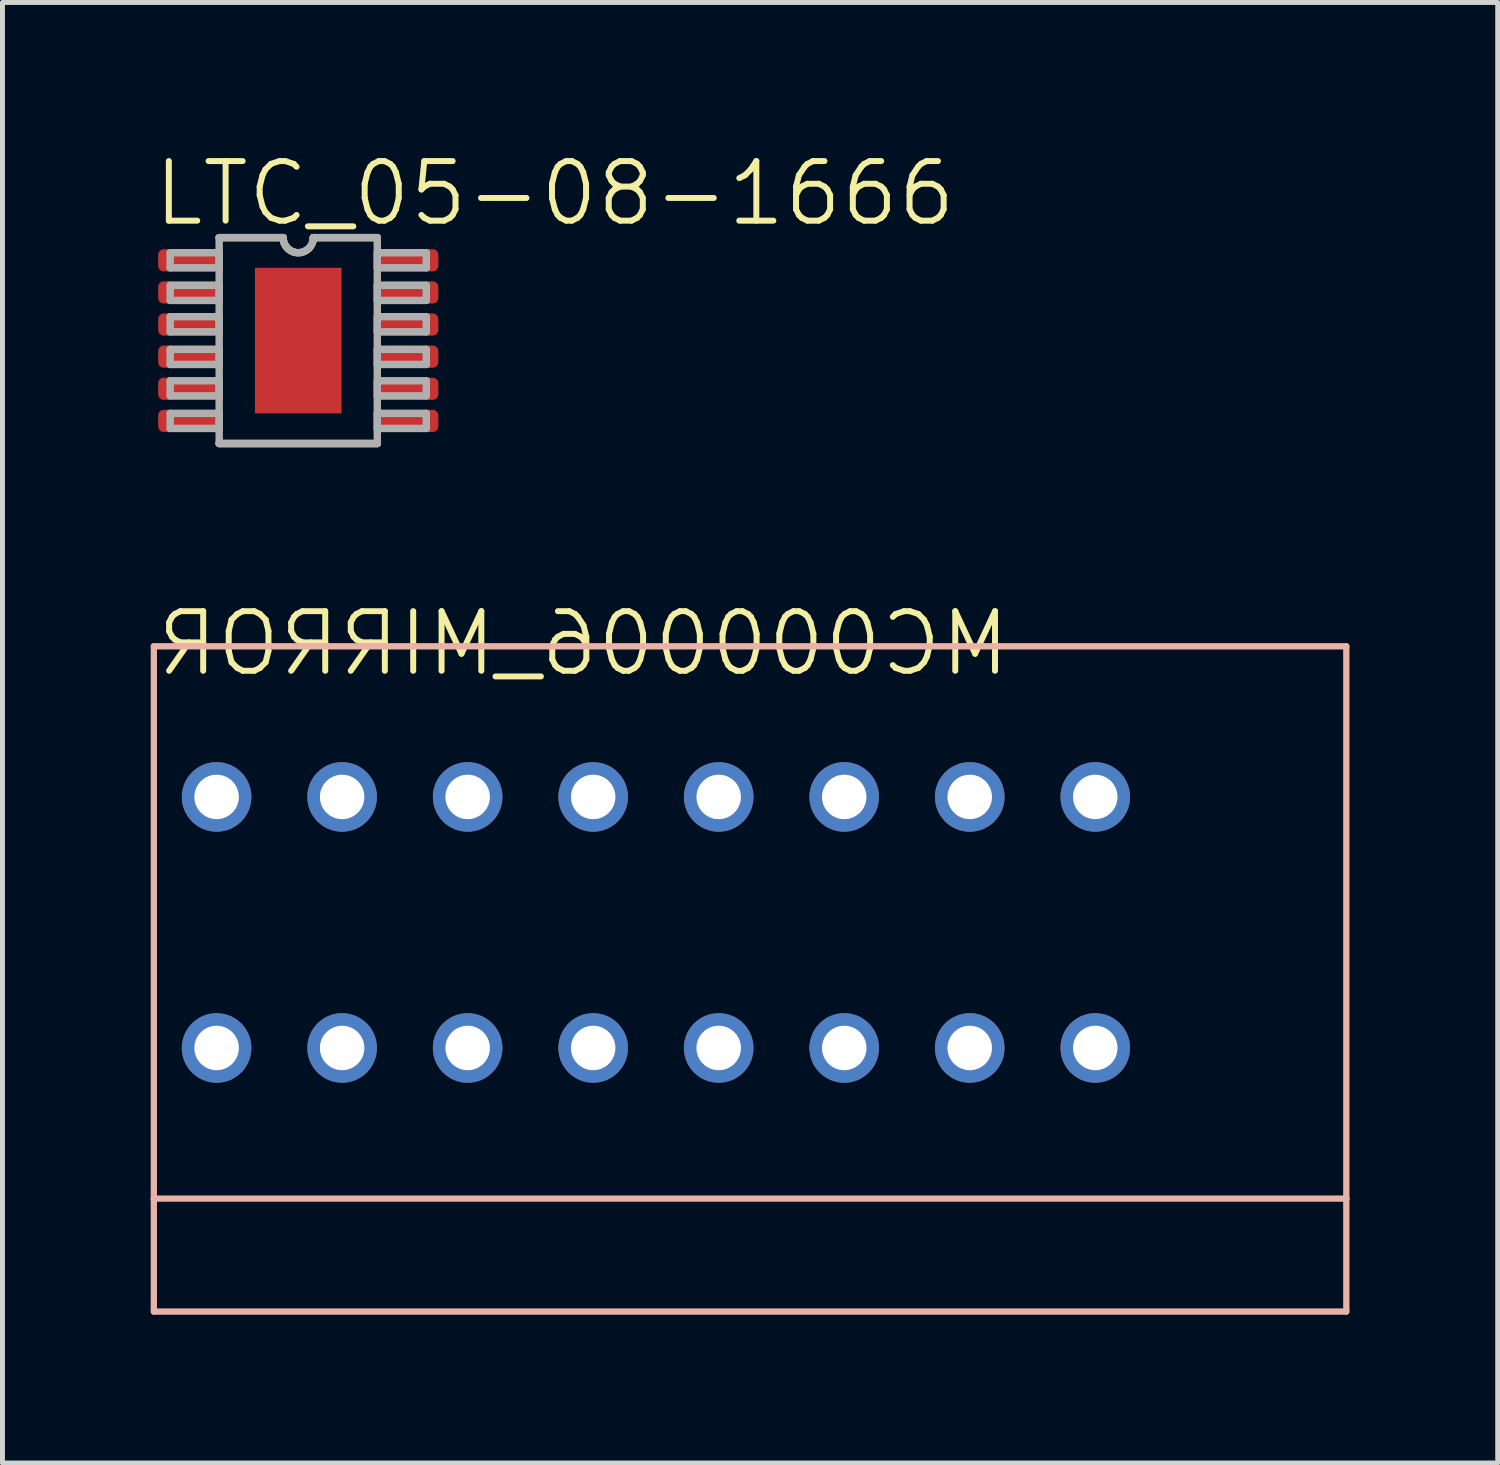
<source format=kicad_pcb>
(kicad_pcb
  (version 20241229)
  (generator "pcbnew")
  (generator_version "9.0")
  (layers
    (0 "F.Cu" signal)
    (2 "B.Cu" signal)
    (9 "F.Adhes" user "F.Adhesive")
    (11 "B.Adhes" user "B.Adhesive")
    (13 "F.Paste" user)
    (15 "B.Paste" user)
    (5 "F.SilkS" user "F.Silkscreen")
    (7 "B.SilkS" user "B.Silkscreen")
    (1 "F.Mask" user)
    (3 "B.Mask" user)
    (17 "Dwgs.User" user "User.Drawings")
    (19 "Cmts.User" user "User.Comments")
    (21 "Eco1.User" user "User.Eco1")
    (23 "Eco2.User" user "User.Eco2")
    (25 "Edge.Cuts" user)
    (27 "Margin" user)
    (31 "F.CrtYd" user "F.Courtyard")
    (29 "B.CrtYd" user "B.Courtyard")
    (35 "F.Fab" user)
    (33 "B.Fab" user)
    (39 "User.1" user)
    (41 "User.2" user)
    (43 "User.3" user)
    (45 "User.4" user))
  (footprint "LTC_05-08-1666"
    (layer "F.Cu")
    (at 2.985 3.842)
    (property "Reference" "LTC_05-08-1666" (at -2.985 -2.273 180) (layer "F.SilkS") (effects (font (size 1.206 1.206) (thickness 0.121)) (justify left bottom)))
    (attr through_hole)
    (fp_line (start -1.6 2.083) (end 1.6 2.083) (stroke (width 0.15) (type solid)) (layer "F.SilkS"))
    (fp_line (start -0.305 -2.083) (end -1.6 -2.083) (stroke (width 0.15) (type solid)) (layer "F.SilkS"))
    (fp_line (start 1.6 -2.083) (end 0.305 -2.083) (stroke (width 0.15) (type solid)) (layer "F.SilkS"))
    (fp_arc (start 0.3048 -2.0828) (mid 0 -1.778) (end -0.3048 -2.0828) (stroke (width 0.15) (type solid)) (layer "F.SilkS"))
    (fp_line (start -2.591 -1.778) (end -2.591 -1.473) (stroke (width 0.15) (type solid)) (layer "F.Fab"))
    (fp_line (start -2.591 -1.473) (end -1.6 -1.473) (stroke (width 0.15) (type solid)) (layer "F.Fab"))
    (fp_line (start -2.591 -1.118) (end -2.591 -0.813) (stroke (width 0.15) (type solid)) (layer "F.Fab"))
    (fp_line (start -2.591 -0.813) (end -1.6 -0.813) (stroke (width 0.15) (type solid)) (layer "F.Fab"))
    (fp_line (start -2.591 -0.483) (end -2.591 -0.178) (stroke (width 0.15) (type solid)) (layer "F.Fab"))
    (fp_line (start -2.591 -0.178) (end -1.6 -0.178) (stroke (width 0.15) (type solid)) (layer "F.Fab"))
    (fp_line (start -2.591 0.178) (end -2.591 0.483) (stroke (width 0.15) (type solid)) (layer "F.Fab"))
    (fp_line (start -2.591 0.483) (end -1.6 0.483) (stroke (width 0.15) (type solid)) (layer "F.Fab"))
    (fp_line (start -2.591 0.813) (end -2.591 1.118) (stroke (width 0.15) (type solid)) (layer "F.Fab"))
    (fp_line (start -2.591 1.118) (end -1.6 1.118) (stroke (width 0.15) (type solid)) (layer "F.Fab"))
    (fp_line (start -2.591 1.473) (end -2.591 1.778) (stroke (width 0.15) (type solid)) (layer "F.Fab"))
    (fp_line (start -2.591 1.778) (end -1.6 1.778) (stroke (width 0.15) (type solid)) (layer "F.Fab"))
    (fp_line (start -1.6 -2.083) (end -1.6 2.083) (stroke (width 0.15) (type solid)) (layer "F.Fab"))
    (fp_line (start -1.6 -1.778) (end -2.591 -1.778) (stroke (width 0.15) (type solid)) (layer "F.Fab"))
    (fp_line (start -1.6 -1.473) (end -1.6 -1.778) (stroke (width 0.15) (type solid)) (layer "F.Fab"))
    (fp_line (start -1.6 -1.118) (end -2.591 -1.118) (stroke (width 0.15) (type solid)) (layer "F.Fab"))
    (fp_line (start -1.6 -0.813) (end -1.6 -1.118) (stroke (width 0.15) (type solid)) (layer "F.Fab"))
    (fp_line (start -1.6 -0.483) (end -2.591 -0.483) (stroke (width 0.15) (type solid)) (layer "F.Fab"))
    (fp_line (start -1.6 -0.178) (end -1.6 -0.483) (stroke (width 0.15) (type solid)) (layer "F.Fab"))
    (fp_line (start -1.6 0.178) (end -2.591 0.178) (stroke (width 0.15) (type solid)) (layer "F.Fab"))
    (fp_line (start -1.6 0.483) (end -1.6 0.178) (stroke (width 0.15) (type solid)) (layer "F.Fab"))
    (fp_line (start -1.6 0.813) (end -2.591 0.813) (stroke (width 0.15) (type solid)) (layer "F.Fab"))
    (fp_line (start -1.6 1.118) (end -1.6 0.813) (stroke (width 0.15) (type solid)) (layer "F.Fab"))
    (fp_line (start -1.6 1.473) (end -2.591 1.473) (stroke (width 0.15) (type solid)) (layer "F.Fab"))
    (fp_line (start -1.6 1.778) (end -1.6 1.473) (stroke (width 0.15) (type solid)) (layer "F.Fab"))
    (fp_line (start -1.6 2.083) (end 1.6 2.083) (stroke (width 0.15) (type solid)) (layer "F.Fab"))
    (fp_line (start -0.305 -2.083) (end -1.6 -2.083) (stroke (width 0.15) (type solid)) (layer "F.Fab"))
    (fp_line (start 1.6 -2.083) (end 0.305 -2.083) (stroke (width 0.15) (type solid)) (layer "F.Fab"))
    (fp_line (start 1.6 -1.778) (end 1.6 -1.473) (stroke (width 0.15) (type solid)) (layer "F.Fab"))
    (fp_line (start 1.6 -1.473) (end 2.591 -1.473) (stroke (width 0.15) (type solid)) (layer "F.Fab"))
    (fp_line (start 1.6 -1.118) (end 1.6 -0.813) (stroke (width 0.15) (type solid)) (layer "F.Fab"))
    (fp_line (start 1.6 -0.813) (end 2.591 -0.813) (stroke (width 0.15) (type solid)) (layer "F.Fab"))
    (fp_line (start 1.6 -0.483) (end 1.6 -0.178) (stroke (width 0.15) (type solid)) (layer "F.Fab"))
    (fp_line (start 1.6 -0.178) (end 2.591 -0.178) (stroke (width 0.15) (type solid)) (layer "F.Fab"))
    (fp_line (start 1.6 0.178) (end 1.6 0.483) (stroke (width 0.15) (type solid)) (layer "F.Fab"))
    (fp_line (start 1.6 0.483) (end 2.591 0.483) (stroke (width 0.15) (type solid)) (layer "F.Fab"))
    (fp_line (start 1.6 0.813) (end 1.6 1.118) (stroke (width 0.15) (type solid)) (layer "F.Fab"))
    (fp_line (start 1.6 1.118) (end 2.591 1.118) (stroke (width 0.15) (type solid)) (layer "F.Fab"))
    (fp_line (start 1.6 1.473) (end 1.6 1.778) (stroke (width 0.15) (type solid)) (layer "F.Fab"))
    (fp_line (start 1.6 1.778) (end 2.591 1.778) (stroke (width 0.15) (type solid)) (layer "F.Fab"))
    (fp_line (start 1.6 2.083) (end 1.6 -2.083) (stroke (width 0.15) (type solid)) (layer "F.Fab"))
    (fp_line (start 2.591 -1.778) (end 1.6 -1.778) (stroke (width 0.15) (type solid)) (layer "F.Fab"))
    (fp_line (start 2.591 -1.473) (end 2.591 -1.778) (stroke (width 0.15) (type solid)) (layer "F.Fab"))
    (fp_line (start 2.591 -1.118) (end 1.6 -1.118) (stroke (width 0.15) (type solid)) (layer "F.Fab"))
    (fp_line (start 2.591 -0.813) (end 2.591 -1.118) (stroke (width 0.15) (type solid)) (layer "F.Fab"))
    (fp_line (start 2.591 -0.483) (end 1.6 -0.483) (stroke (width 0.15) (type solid)) (layer "F.Fab"))
    (fp_line (start 2.591 -0.178) (end 2.591 -0.483) (stroke (width 0.15) (type solid)) (layer "F.Fab"))
    (fp_line (start 2.591 0.178) (end 1.6 0.178) (stroke (width 0.15) (type solid)) (layer "F.Fab"))
    (fp_line (start 2.591 0.483) (end 2.591 0.178) (stroke (width 0.15) (type solid)) (layer "F.Fab"))
    (fp_line (start 2.591 0.813) (end 1.6 0.813) (stroke (width 0.15) (type solid)) (layer "F.Fab"))
    (fp_line (start 2.591 1.118) (end 2.591 0.813) (stroke (width 0.15) (type solid)) (layer "F.Fab"))
    (fp_line (start 2.591 1.473) (end 1.6 1.473) (stroke (width 0.15) (type solid)) (layer "F.Fab"))
    (fp_line (start 2.591 1.778) (end 2.591 1.473) (stroke (width 0.15) (type solid)) (layer "F.Fab"))
    (fp_arc (start 0.3048 -2.0828) (mid 0 -1.778) (end -0.3048 -2.0828) (stroke (width 0.15) (type solid)) (layer "F.Fab"))
    (pad "1" smd roundrect (at -2.2 -1.625) (size 1.27 0.45) (layers "F.Cu" "F.Mask" "F.Paste") (roundrect_rratio 0.25))
    (pad "2" smd roundrect (at -2.2 -0.975) (size 1.27 0.45) (layers "F.Cu" "F.Mask" "F.Paste") (roundrect_rratio 0.25))
    (pad "3" smd roundrect (at -2.2 -0.325) (size 1.27 0.45) (layers "F.Cu" "F.Mask" "F.Paste") (roundrect_rratio 0.25))
    (pad "4" smd roundrect (at -2.2 0.325) (size 1.27 0.45) (layers "F.Cu" "F.Mask" "F.Paste") (roundrect_rratio 0.25))
    (pad "5" smd roundrect (at -2.2 0.975) (size 1.27 0.45) (layers "F.Cu" "F.Mask" "F.Paste") (roundrect_rratio 0.25))
    (pad "6" smd roundrect (at -2.2 1.625) (size 1.27 0.45) (layers "F.Cu" "F.Mask" "F.Paste") (roundrect_rratio 0.25))
    (pad "7" smd roundrect (at 2.2 1.625 180) (size 1.27 0.45) (layers "F.Cu" "F.Mask" "F.Paste") (roundrect_rratio 0.25))
    (pad "8" smd roundrect (at 2.2 0.975 180) (size 1.27 0.45) (layers "F.Cu" "F.Mask" "F.Paste") (roundrect_rratio 0.25))
    (pad "9" smd roundrect (at 2.2 0.325 180) (size 1.27 0.45) (layers "F.Cu" "F.Mask" "F.Paste") (roundrect_rratio 0.25))
    (pad "10" smd roundrect (at 2.2 -0.325 180) (size 1.27 0.45) (layers "F.Cu" "F.Mask" "F.Paste") (roundrect_rratio 0.25))
    (pad "11" smd roundrect (at 2.2 -0.975 180) (size 1.27 0.45) (layers "F.Cu" "F.Mask" "F.Paste") (roundrect_rratio 0.25))
    (pad "12" smd roundrect (at 2.2 -1.625 180) (size 1.27 0.45) (layers "F.Cu" "F.Mask" "F.Paste") (roundrect_rratio 0.25))
    (pad "TP" smd rect (at 0 0) (size 1.753 2.946) (layers "F.Cu" "F.Mask" "F.Paste")))
  (footprint "MC000006_MIRROR"
    (layer "F.Cu")
    (at 19.113 13.076)
    (property "Reference" "MC000006_MIRROR" (at -19.05 -3.81 180) (layer "F.SilkS") (effects (font (size 1.206 1.206) (thickness 0.121)) (justify right top mirror)))
    (attr through_hole)
    (fp_line (start -19.05 8.128) (end -19.05 -3.048) (stroke (width 0.127) (type solid)) (layer "B.SilkS"))
    (fp_line (start -19.05 10.414) (end -19.05 8.128) (stroke (width 0.127) (type solid)) (layer "B.SilkS"))
    (fp_line (start 5.08 -3.048) (end -19.05 -3.048) (stroke (width 0.127) (type solid)) (layer "B.SilkS"))
    (fp_line (start 5.08 8.128) (end -19.05 8.128) (stroke (width 0.127) (type solid)) (layer "B.SilkS"))
    (fp_line (start 5.08 8.128) (end 5.08 -3.048) (stroke (width 0.127) (type solid)) (layer "B.SilkS"))
    (fp_line (start 5.08 10.414) (end -19.05 10.414) (stroke (width 0.127) (type solid)) (layer "B.SilkS"))
    (fp_line (start 5.08 10.414) (end 5.08 8.128) (stroke (width 0.127) (type solid)) (layer "B.SilkS"))
    (pad "1" thru_hole circle (at 0 0 180) (size 1.408 1.408) (drill 0.9) (layers "*.Cu" "*.Mask"))
    (pad "1.1" thru_hole circle (at 0 5.08 180) (size 1.408 1.408) (drill 0.9) (layers "*.Cu" "*.Mask"))
    (pad "2" thru_hole circle (at -2.54 0 180) (size 1.408 1.408) (drill 0.9) (layers "*.Cu" "*.Mask"))
    (pad "2.1" thru_hole circle (at -2.54 5.08 180) (size 1.408 1.408) (drill 0.9) (layers "*.Cu" "*.Mask"))
    (pad "3" thru_hole circle (at -5.08 0 180) (size 1.408 1.408) (drill 0.9) (layers "*.Cu" "*.Mask"))
    (pad "3.1" thru_hole circle (at -5.08 5.08 180) (size 1.408 1.408) (drill 0.9) (layers "*.Cu" "*.Mask"))
    (pad "4" thru_hole circle (at -7.62 0 180) (size 1.408 1.408) (drill 0.9) (layers "*.Cu" "*.Mask"))
    (pad "4.1" thru_hole circle (at -7.62 5.08 180) (size 1.408 1.408) (drill 0.9) (layers "*.Cu" "*.Mask"))
    (pad "5" thru_hole circle (at -10.16 0 180) (size 1.408 1.408) (drill 0.9) (layers "*.Cu" "*.Mask"))
    (pad "5.1" thru_hole circle (at -10.16 5.08 180) (size 1.408 1.408) (drill 0.9) (layers "*.Cu" "*.Mask"))
    (pad "6" thru_hole circle (at -12.7 0 180) (size 1.408 1.408) (drill 0.9) (layers "*.Cu" "*.Mask"))
    (pad "6.1" thru_hole circle (at -12.7 5.08 180) (size 1.408 1.408) (drill 0.9) (layers "*.Cu" "*.Mask"))
    (pad "7" thru_hole circle (at -15.24 0 180) (size 1.408 1.408) (drill 0.9) (layers "*.Cu" "*.Mask"))
    (pad "7.1" thru_hole circle (at -15.24 5.08 180) (size 1.408 1.408) (drill 0.9) (layers "*.Cu" "*.Mask"))
    (pad "8" thru_hole circle (at -17.78 0 180) (size 1.408 1.408) (drill 0.9) (layers "*.Cu" "*.Mask"))
    (pad "8.1" thru_hole circle (at -17.78 5.08 180) (size 1.408 1.408) (drill 0.9) (layers "*.Cu" "*.Mask")))
  (gr_rect
    (start -3 -3)
    (end 27.257 26.554)
    (stroke (width 0.1) (type default))
    (fill no)
    (layer "Edge.Cuts")))
</source>
